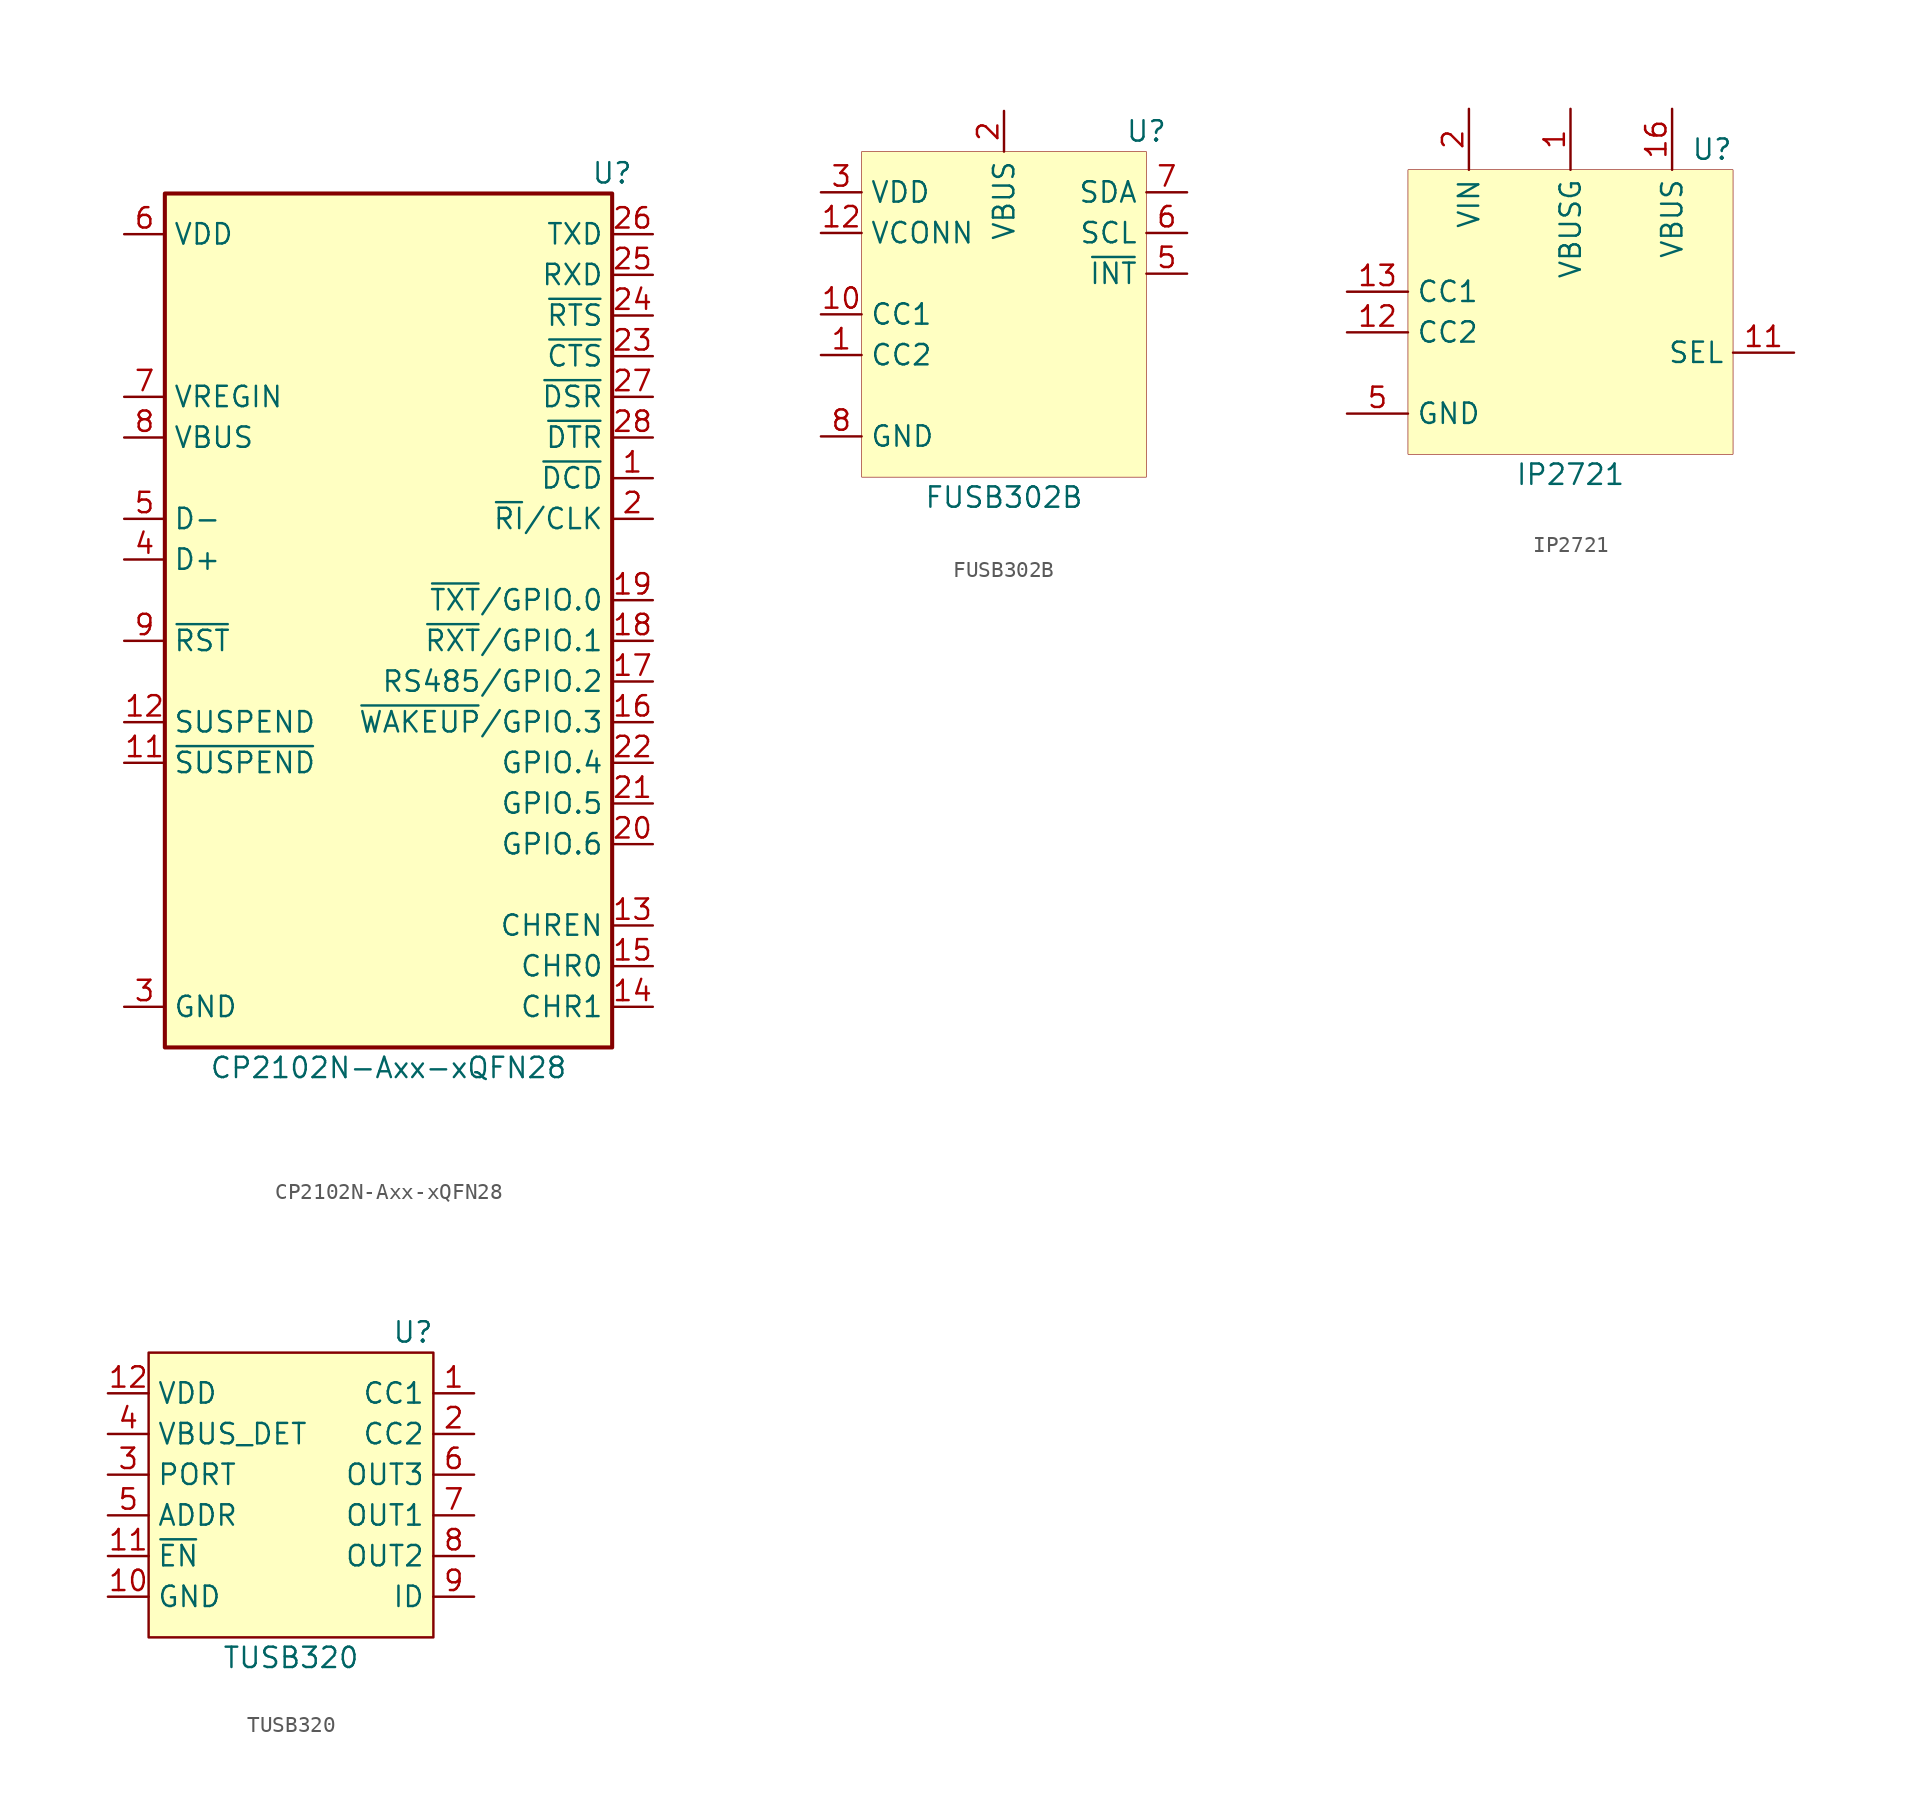
<source format=kicad_sym>
(kicad_symbol_lib
  (version 20220914)
  (generator kicad_symbol_editor)
  (symbol "CP2102N-Axx-xQFN28"
    (property "Reference" "U"
      (at 13.97 24.13 0)
      (effects (font (size 1.27 1.27))))
    (property "Value" "CP2102N-Axx-xQFN28"
      (at 0 -31.75 0)
      (effects (font (size 1.27 1.27))))
    (symbol "CP2102N-Axx-xQFN28_0_1"
      (rectangle (start -13.97 22.86) (end 13.97 -30.48) (stroke (width 0.254) (type default)) (fill (type background))))
    (symbol "CP2102N-Axx-xQFN28_1_1"
      (pin input line (at 16.51 5.08 180) (length 2.54) (name "~{DCD}" (effects (font (size 1.27 1.27)))) (number "1" (effects (font (size 1.27 1.27)))))
      (pin no_connect line (at -11.43 -20.32 0) (length 2.54) hide (name "NC" (effects (font (size 1.27 1.27)))) (number "10" (effects (font (size 1.27 1.27)))))
      (pin output line (at -16.51 -12.7 0) (length 2.54) (name "~{SUSPEND}" (effects (font (size 1.27 1.27)))) (number "11" (effects (font (size 1.27 1.27)))))
      (pin output line (at -16.51 -10.16 0) (length 2.54) (name "SUSPEND" (effects (font (size 1.27 1.27)))) (number "12" (effects (font (size 1.27 1.27)))))
      (pin output line (at 16.51 -22.86 180) (length 2.54) (name "CHREN" (effects (font (size 1.27 1.27)))) (number "13" (effects (font (size 1.27 1.27)))))
      (pin output line (at 16.51 -27.94 180) (length 2.54) (name "CHR1" (effects (font (size 1.27 1.27)))) (number "14" (effects (font (size 1.27 1.27)))))
      (pin output line (at 16.51 -25.4 180) (length 2.54) (name "CHR0" (effects (font (size 1.27 1.27)))) (number "15" (effects (font (size 1.27 1.27)))))
      (pin bidirectional line (at 16.51 -10.16 180) (length 2.54) (name "~{WAKEUP}/GPIO.3" (effects (font (size 1.27 1.27)))) (number "16" (effects (font (size 1.27 1.27)))))
      (pin bidirectional line (at 16.51 -7.62 180) (length 2.54) (name "RS485/GPIO.2" (effects (font (size 1.27 1.27)))) (number "17" (effects (font (size 1.27 1.27)))))
      (pin bidirectional line (at 16.51 -5.08 180) (length 2.54) (name "~{RXT}/GPIO.1" (effects (font (size 1.27 1.27)))) (number "18" (effects (font (size 1.27 1.27)))))
      (pin bidirectional line (at 16.51 -2.54 180) (length 2.54) (name "~{TXT}/GPIO.0" (effects (font (size 1.27 1.27)))) (number "19" (effects (font (size 1.27 1.27)))))
      (pin bidirectional line (at 16.51 2.54 180) (length 2.54) (name "~{RI}/CLK" (effects (font (size 1.27 1.27)))) (number "2" (effects (font (size 1.27 1.27)))))
      (pin bidirectional line (at 16.51 -17.78 180) (length 2.54) (name "GPIO.6" (effects (font (size 1.27 1.27)))) (number "20" (effects (font (size 1.27 1.27)))))
      (pin bidirectional line (at 16.51 -15.24 180) (length 2.54) (name "GPIO.5" (effects (font (size 1.27 1.27)))) (number "21" (effects (font (size 1.27 1.27)))))
      (pin bidirectional line (at 16.51 -12.7 180) (length 2.54) (name "GPIO.4" (effects (font (size 1.27 1.27)))) (number "22" (effects (font (size 1.27 1.27)))))
      (pin input line (at 16.51 12.7 180) (length 2.54) (name "~{CTS}" (effects (font (size 1.27 1.27)))) (number "23" (effects (font (size 1.27 1.27)))))
      (pin output line (at 16.51 15.24 180) (length 2.54) (name "~{RTS}" (effects (font (size 1.27 1.27)))) (number "24" (effects (font (size 1.27 1.27)))))
      (pin input line (at 16.51 17.78 180) (length 2.54) (name "RXD" (effects (font (size 1.27 1.27)))) (number "25" (effects (font (size 1.27 1.27)))))
      (pin output line (at 16.51 20.32 180) (length 2.54) (name "TXD" (effects (font (size 1.27 1.27)))) (number "26" (effects (font (size 1.27 1.27)))))
      (pin input line (at 16.51 10.16 180) (length 2.54) (name "~{DSR}" (effects (font (size 1.27 1.27)))) (number "27" (effects (font (size 1.27 1.27)))))
      (pin output line (at 16.51 7.62 180) (length 2.54) (name "~{DTR}" (effects (font (size 1.27 1.27)))) (number "28" (effects (font (size 1.27 1.27)))))
      (pin passive line (at -16.51 -27.94 0) (length 2.54) hide (name "GND" (effects (font (size 1.27 1.27)))) (number "29" (effects (font (size 1.27 1.27)))))
      (pin power_in line (at -16.51 -27.94 0) (length 2.54) (name "GND" (effects (font (size 1.27 1.27)))) (number "3" (effects (font (size 1.27 1.27)))))
      (pin bidirectional line (at -16.51 0 0) (length 2.54) (name "D+" (effects (font (size 1.27 1.27)))) (number "4" (effects (font (size 1.27 1.27)))))
      (pin bidirectional line (at -16.51 2.54 0) (length 2.54) (name "D-" (effects (font (size 1.27 1.27)))) (number "5" (effects (font (size 1.27 1.27)))))
      (pin power_in line (at -16.51 20.32 0) (length 2.54) (name "VDD" (effects (font (size 1.27 1.27)))) (number "6" (effects (font (size 1.27 1.27)))))
      (pin power_in line (at -16.51 10.16 0) (length 2.54) (name "VREGIN" (effects (font (size 1.27 1.27)))) (number "7" (effects (font (size 1.27 1.27)))))
      (pin input line (at -16.51 7.62 0) (length 2.54) (name "VBUS" (effects (font (size 1.27 1.27)))) (number "8" (effects (font (size 1.27 1.27)))))
      (pin input line (at -16.51 -5.08 0) (length 2.54) (name "~{RST}" (effects (font (size 1.27 1.27)))) (number "9" (effects (font (size 1.27 1.27)))))))
  (symbol "FUSB302B"
    (property "Reference" "U"
      (at 8.89 11.43 0)
      (effects (font (size 1.27 1.27))))
    (property "Value" "FUSB302B"
      (at 0 -11.43 0)
      (effects (font (size 1.27 1.27))))
    (symbol "FUSB302B_0_0"
      (pin input line (at -11.43 -2.54 0) (length 2.54) (name "CC2" (effects (font (size 1.27 1.27)))) (number "1" (effects (font (size 1.27 1.27)))))
      (pin input line (at -11.43 0 0) (length 2.54) (name "CC1" (effects (font (size 1.27 1.27)))) (number "10" (effects (font (size 1.27 1.27)))))
      (pin passive line (at -11.43 0 0) (length 2.54) hide (name "CC1" (effects (font (size 1.27 1.27)))) (number "11" (effects (font (size 1.27 1.27)))))
      (pin input line (at -11.43 5.08 0) (length 2.54) (name "VCONN" (effects (font (size 1.27 1.27)))) (number "12" (effects (font (size 1.27 1.27)))))
      (pin passive line (at -11.43 5.08 0) (length 2.54) hide (name "VCONN" (effects (font (size 1.27 1.27)))) (number "13" (effects (font (size 1.27 1.27)))))
      (pin passive line (at -11.43 -2.54 0) (length 2.54) hide (name "CC2" (effects (font (size 1.27 1.27)))) (number "14" (effects (font (size 1.27 1.27)))))
      (pin passive line (at -11.43 -7.62 0) (length 2.54) hide (name "GND" (effects (font (size 1.27 1.27)))) (number "15" (effects (font (size 1.27 1.27)))))
      (pin power_in line (at 0 12.7 270) (length 2.54) (name "VBUS" (effects (font (size 1.27 1.27)))) (number "2" (effects (font (size 1.27 1.27)))))
      (pin power_in line (at -11.43 7.62 0) (length 2.54) (name "VDD" (effects (font (size 1.27 1.27)))) (number "3" (effects (font (size 1.27 1.27)))))
      (pin passive line (at -11.43 7.62 0) (length 2.54) hide (name "VDD" (effects (font (size 1.27 1.27)))) (number "4" (effects (font (size 1.27 1.27)))))
      (pin output line (at 11.43 2.54 180) (length 2.54) (name "~{INT}" (effects (font (size 1.27 1.27)))) (number "5" (effects (font (size 1.27 1.27)))))
      (pin input line (at 11.43 5.08 180) (length 2.54) (name "SCL" (effects (font (size 1.27 1.27)))) (number "6" (effects (font (size 1.27 1.27)))))
      (pin bidirectional line (at 11.43 7.62 180) (length 2.54) (name "SDA" (effects (font (size 1.27 1.27)))) (number "7" (effects (font (size 1.27 1.27)))))
      (pin power_in line (at -11.43 -7.62 0) (length 2.54) (name "GND" (effects (font (size 1.27 1.27)))) (number "8" (effects (font (size 1.27 1.27)))))
      (pin passive line (at -11.43 -7.62 0) (length 2.54) hide (name "GND" (effects (font (size 1.27 1.27)))) (number "9" (effects (font (size 1.27 1.27))))))
    (symbol "FUSB302B_0_1"
      (rectangle (start -8.89 10.16) (end 8.89 -10.16) (stroke (width 0.001) (type default)) (fill (type background)))
      (rectangle (start -8.89 10.16) (end 8.89 -10.16) (stroke (width 0.001) (type default)) (fill (type background)))))
  (symbol "IP2721"
    (property "Reference" "U"
      (at 10.16 11.43 0)
      (effects (font (size 1.27 1.27)) (justify right)))
    (property "Value" "IP2721"
      (at 0 -8.89 0)
      (effects (font (size 1.27 1.27))))
    (symbol "IP2721_0_0"
      (pin output line (at 0 13.97 270) (length 3.81) (name "VBUSG" (effects (font (size 1.27 1.27)))) (number "1" (effects (font (size 1.27 1.27)))))
      (pin no_connect line (at 0 -3.81 0) (length 3.81) hide (name "NC" (effects (font (size 1.27 1.27)))) (number "10" (effects (font (size 1.27 1.27)))))
      (pin open_collector line (at 13.97 -1.27 180) (length 3.81) (name "SEL" (effects (font (size 1.27 1.27)))) (number "11" (effects (font (size 1.27 1.27)))))
      (pin input line (at -13.97 0 0) (length 3.81) (name "CC2" (effects (font (size 1.27 1.27)))) (number "12" (effects (font (size 1.27 1.27)))))
      (pin input line (at -13.97 2.54 0) (length 3.81) (name "CC1" (effects (font (size 1.27 1.27)))) (number "13" (effects (font (size 1.27 1.27)))))
      (pin no_connect line (at 0 -1.27 0) (length 3.81) hide (name "NC" (effects (font (size 1.27 1.27)))) (number "14" (effects (font (size 1.27 1.27)))))
      (pin no_connect line (at 0 1.27 0) (length 3.81) hide (name "NC" (effects (font (size 1.27 1.27)))) (number "15" (effects (font (size 1.27 1.27)))))
      (pin power_out line (at 6.35 13.97 270) (length 3.81) (name "VBUS" (effects (font (size 1.27 1.27)))) (number "16" (effects (font (size 1.27 1.27)))))
      (pin input line (at -6.35 13.97 270) (length 3.81) (name "VIN" (effects (font (size 1.27 1.27)))) (number "2" (effects (font (size 1.27 1.27)))))
      (pin no_connect line (at 1.27 3.81 0) (length 3.81) hide (name "NC" (effects (font (size 1.27 1.27)))) (number "3" (effects (font (size 1.27 1.27)))))
      (pin no_connect line (at 8.89 1.27 0) (length 3.81) hide (name "NC" (effects (font (size 1.27 1.27)))) (number "4" (effects (font (size 1.27 1.27)))))
      (pin power_in line (at -13.97 -5.08 0) (length 3.81) (name "GND" (effects (font (size 1.27 1.27)))) (number "5" (effects (font (size 1.27 1.27)))))
      (pin no_connect line (at 8.89 -1.27 0) (length 3.81) hide (name "TST1" (effects (font (size 1.27 1.27)))) (number "6" (effects (font (size 1.27 1.27)))))
      (pin no_connect line (at 8.89 -3.81 0) (length 3.81) hide (name "TST2" (effects (font (size 1.27 1.27)))) (number "7" (effects (font (size 1.27 1.27)))))
      (pin no_connect line (at 8.89 -6.35 0) (length 3.81) hide (name "TST3" (effects (font (size 1.27 1.27)))) (number "8" (effects (font (size 1.27 1.27)))))
      (pin no_connect line (at 0 -6.35 0) (length 3.81) hide (name "NC" (effects (font (size 1.27 1.27)))) (number "9" (effects (font (size 1.27 1.27))))))
    (symbol "IP2721_0_1"
      (rectangle (start -10.16 10.16) (end 10.16 -7.62) (stroke (width 0.001) (type default)) (fill (type background)))
      (rectangle (start -10.16 10.16) (end 10.16 -7.62) (stroke (width 0.001) (type default)) (fill (type background)))))
  (symbol "TUSB320"
    (property "Reference" "U"
      (at 7.62 11.43 0)
      (effects (font (size 1.27 1.27))))
    (property "Value" "TUSB320"
      (at 0 -8.89 0)
      (effects (font (size 1.27 1.27))))
    (symbol "TUSB320_0_0"
      (pin bidirectional line (at 11.43 7.62 180) (length 2.54) (name "CC1" (effects (font (size 1.27 1.27)))) (number "1" (effects (font (size 1.27 1.27)))))
      (pin power_in line (at -11.43 -5.08 0) (length 2.54) (name "GND" (effects (font (size 1.27 1.27)))) (number "10" (effects (font (size 1.27 1.27)))))
      (pin input line (at -11.43 -2.54 0) (length 2.54) (name "~{EN}" (effects (font (size 1.27 1.27)))) (number "11" (effects (font (size 1.27 1.27)))))
      (pin power_in line (at -11.43 7.62 0) (length 2.54) (name "VDD" (effects (font (size 1.27 1.27)))) (number "12" (effects (font (size 1.27 1.27)))))
      (pin bidirectional line (at 11.43 5.08 180) (length 2.54) (name "CC2" (effects (font (size 1.27 1.27)))) (number "2" (effects (font (size 1.27 1.27)))))
      (pin input line (at -11.43 2.54 0) (length 2.54) (name "PORT" (effects (font (size 1.27 1.27)))) (number "3" (effects (font (size 1.27 1.27)))))
      (pin input line (at -11.43 5.08 0) (length 2.54) (name "VBUS_DET" (effects (font (size 1.27 1.27)))) (number "4" (effects (font (size 1.27 1.27)))))
      (pin input line (at -11.43 0 0) (length 2.54) (name "ADDR" (effects (font (size 1.27 1.27)))) (number "5" (effects (font (size 1.27 1.27)))))
      (pin output line (at 11.43 2.54 180) (length 2.54) (name "OUT3" (effects (font (size 1.27 1.27)))) (number "6" (effects (font (size 1.27 1.27)))))
      (pin bidirectional line (at 11.43 0 180) (length 2.54) (name "OUT1" (effects (font (size 1.27 1.27)))) (number "7" (effects (font (size 1.27 1.27)))))
      (pin bidirectional line (at 11.43 -2.54 180) (length 2.54) (name "OUT2" (effects (font (size 1.27 1.27)))) (number "8" (effects (font (size 1.27 1.27)))))
      (pin output line (at 11.43 -5.08 180) (length 2.54) (name "ID" (effects (font (size 1.27 1.27)))) (number "9" (effects (font (size 1.27 1.27))))))
    (symbol "TUSB320_1_1"
      (rectangle (start -8.89 10.16) (end 8.89 -7.62) (stroke (width 0) (type default)) (fill (type background))))))
</source>
